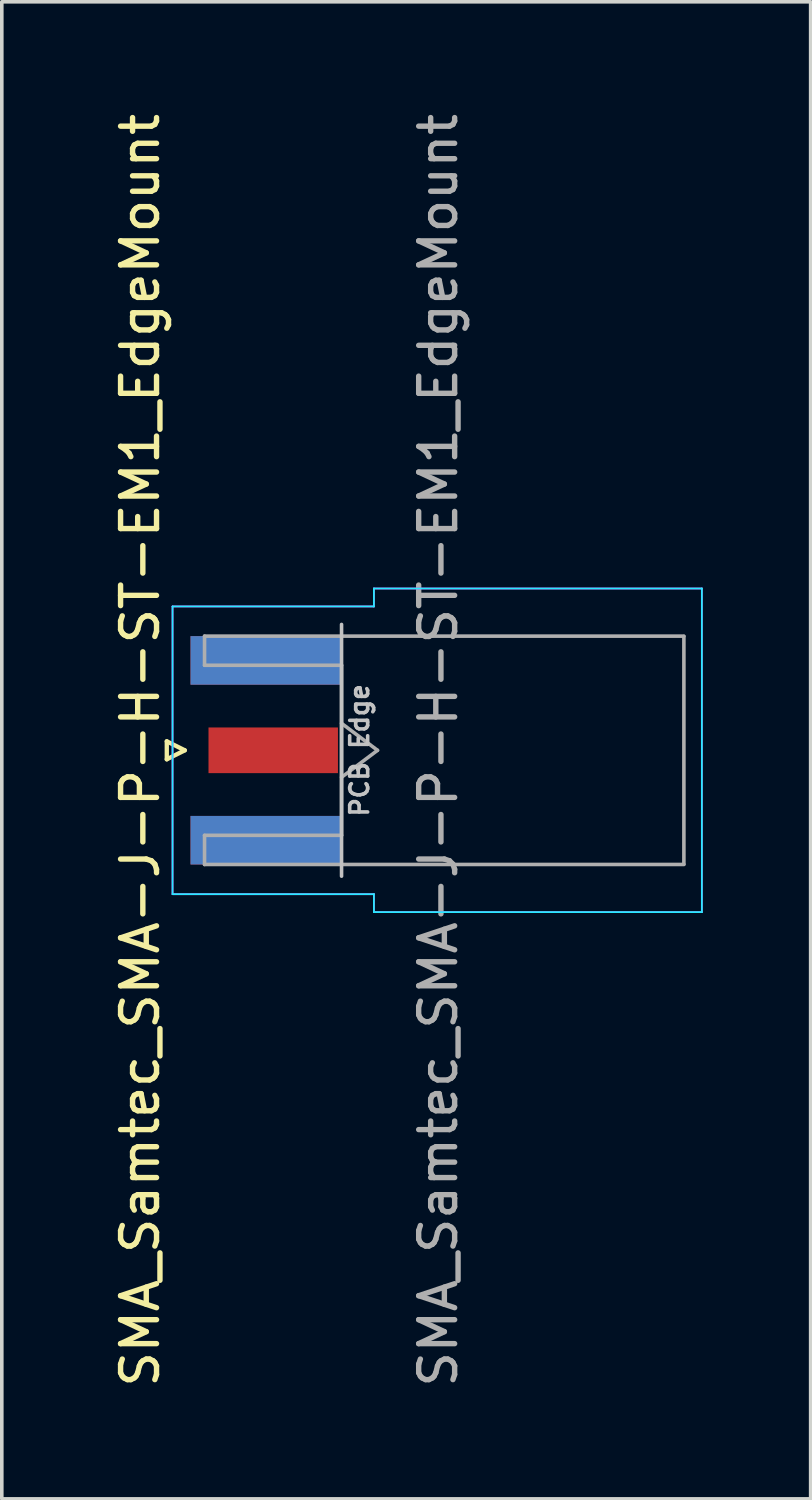
<source format=kicad_pcb>
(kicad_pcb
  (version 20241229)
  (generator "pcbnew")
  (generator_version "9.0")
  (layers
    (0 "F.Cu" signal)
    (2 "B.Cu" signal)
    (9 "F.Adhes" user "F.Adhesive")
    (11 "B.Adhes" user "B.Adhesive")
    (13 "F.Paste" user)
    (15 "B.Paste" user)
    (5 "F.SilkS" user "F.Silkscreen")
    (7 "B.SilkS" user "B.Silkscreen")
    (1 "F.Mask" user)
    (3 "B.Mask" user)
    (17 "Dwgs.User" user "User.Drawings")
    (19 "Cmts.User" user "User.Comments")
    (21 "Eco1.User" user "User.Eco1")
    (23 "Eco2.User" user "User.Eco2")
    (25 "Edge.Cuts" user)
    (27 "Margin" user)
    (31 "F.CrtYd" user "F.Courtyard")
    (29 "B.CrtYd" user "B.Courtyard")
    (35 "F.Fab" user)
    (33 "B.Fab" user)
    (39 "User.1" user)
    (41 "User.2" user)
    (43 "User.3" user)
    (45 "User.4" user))
  (footprint "SMA_Samtec_SMA-J-P-H-ST-EM1_EdgeMount"
    (layer "F.Cu")
    (at 4.348 17.815)
    (property "Reference" "SMA_Samtec_SMA-J-P-H-ST-EM1_EdgeMount" (at -3.5 0 90) (layer "F.SilkS") (effects (font (size 1 1) (thickness 0.15))))
    (attr smd)
    (fp_line (start -2.76 -0.25) (end -2.76 0.25) (stroke (width 0.12) (type solid)) (layer "F.SilkS"))
    (fp_line (start -2.76 0.25) (end -2.26 0) (stroke (width 0.12) (type solid)) (layer "F.SilkS"))
    (fp_line (start -2.26 0) (end -2.76 -0.25) (stroke (width 0.12) (type solid)) (layer "F.SilkS"))
    (fp_line (start 2.1 -3.5) (end 2.1 3.5) (stroke (width 0.1) (type solid)) (layer "Dwgs.User"))
    (fp_line (start -2.6 4) (end -2.6 -4) (stroke (width 0.05) (type solid)) (layer "B.CrtYd"))
    (fp_line (start 3 -4.5) (end 3 -4) (stroke (width 0.05) (type solid)) (layer "B.CrtYd"))
    (fp_line (start 3 -4) (end -2.6 -4) (stroke (width 0.05) (type solid)) (layer "B.CrtYd"))
    (fp_line (start 3 4) (end -2.6 4) (stroke (width 0.05) (type solid)) (layer "B.CrtYd"))
    (fp_line (start 3 4.5) (end 3 4) (stroke (width 0.05) (type solid)) (layer "B.CrtYd"))
    (fp_line (start 12.12 -4.5) (end 3 -4.5) (stroke (width 0.05) (type solid)) (layer "B.CrtYd"))
    (fp_line (start 12.12 -4.5) (end 12.12 4.5) (stroke (width 0.05) (type solid)) (layer "B.CrtYd"))
    (fp_line (start 12.12 4.5) (end 3 4.5) (stroke (width 0.05) (type solid)) (layer "B.CrtYd"))
    (fp_line (start -2.6 4) (end -2.6 -4) (stroke (width 0.05) (type solid)) (layer "F.CrtYd"))
    (fp_line (start 3 -4.5) (end 3 -4) (stroke (width 0.05) (type solid)) (layer "F.CrtYd"))
    (fp_line (start 3 -4) (end -2.6 -4) (stroke (width 0.05) (type solid)) (layer "F.CrtYd"))
    (fp_line (start 3 4) (end -2.6 4) (stroke (width 0.05) (type solid)) (layer "F.CrtYd"))
    (fp_line (start 3 4.5) (end 3 4) (stroke (width 0.05) (type solid)) (layer "F.CrtYd"))
    (fp_line (start 12.12 -4.5) (end 3 -4.5) (stroke (width 0.05) (type solid)) (layer "F.CrtYd"))
    (fp_line (start 12.12 -4.5) (end 12.12 4.5) (stroke (width 0.05) (type solid)) (layer "F.CrtYd"))
    (fp_line (start 12.12 4.5) (end 3 4.5) (stroke (width 0.05) (type solid)) (layer "F.CrtYd"))
    (fp_line (start -1.71 -3.175) (end -1.71 -2.365) (stroke (width 0.1) (type solid)) (layer "F.Fab"))
    (fp_line (start -1.71 -3.175) (end 11.62 -3.175) (stroke (width 0.1) (type solid)) (layer "F.Fab"))
    (fp_line (start -1.71 -2.365) (end 2.1 -2.365) (stroke (width 0.1) (type solid)) (layer "F.Fab"))
    (fp_line (start -1.71 2.365) (end -1.71 3.175) (stroke (width 0.1) (type solid)) (layer "F.Fab"))
    (fp_line (start -1.71 3.175) (end 11.62 3.175) (stroke (width 0.1) (type solid)) (layer "F.Fab"))
    (fp_line (start 2.1 -2.365) (end 2.1 2.365) (stroke (width 0.1) (type solid)) (layer "F.Fab"))
    (fp_line (start 2.1 -0.75) (end 3.1 0) (stroke (width 0.1) (type solid)) (layer "F.Fab"))
    (fp_line (start 2.1 2.365) (end -1.71 2.365) (stroke (width 0.1) (type solid)) (layer "F.Fab"))
    (fp_line (start 3.1 0) (end 2.1 0.75) (stroke (width 0.1) (type solid)) (layer "F.Fab"))
    (fp_line (start 11.62 -3.165) (end 11.62 3.165) (stroke (width 0.1) (type solid)) (layer "F.Fab"))
    (fp_text user "PCB Edge" (at 2.6 0 90) (layer "Dwgs.User") (effects (font (size 0.5 0.5) (thickness 0.1))))
    (fp_text user "${REFERENCE}" (at 4.79 0 270) (layer "F.Fab") (effects (font (size 1 1) (thickness 0.15))))
    (pad "1" smd rect (at 0.2 0 90) (size 1.27 3.6) (layers "F.Cu" "F.Mask" "F.Paste"))
    (pad "2" smd rect (at 0 -2.5 90) (size 1.35 4.2) (layers "F.Cu" "F.Mask" "F.Paste"))
    (pad "2" smd rect (at 0 -2.5 90) (size 1.35 4.2) (layers "B.Cu" "B.Mask" "B.Paste"))
    (pad "2" smd rect (at 0 2.5 90) (size 1.35 4.2) (layers "F.Cu" "F.Mask" "F.Paste"))
    (pad "2" smd rect (at 0 2.5 90) (size 1.35 4.2) (layers "B.Cu" "B.Mask" "B.Paste")))
  (gr_rect
    (start -3 -3)
    (end 19.493 38.631)
    (stroke (width 0.1) (type default))
    (fill no)
    (layer "Edge.Cuts")))
</source>
